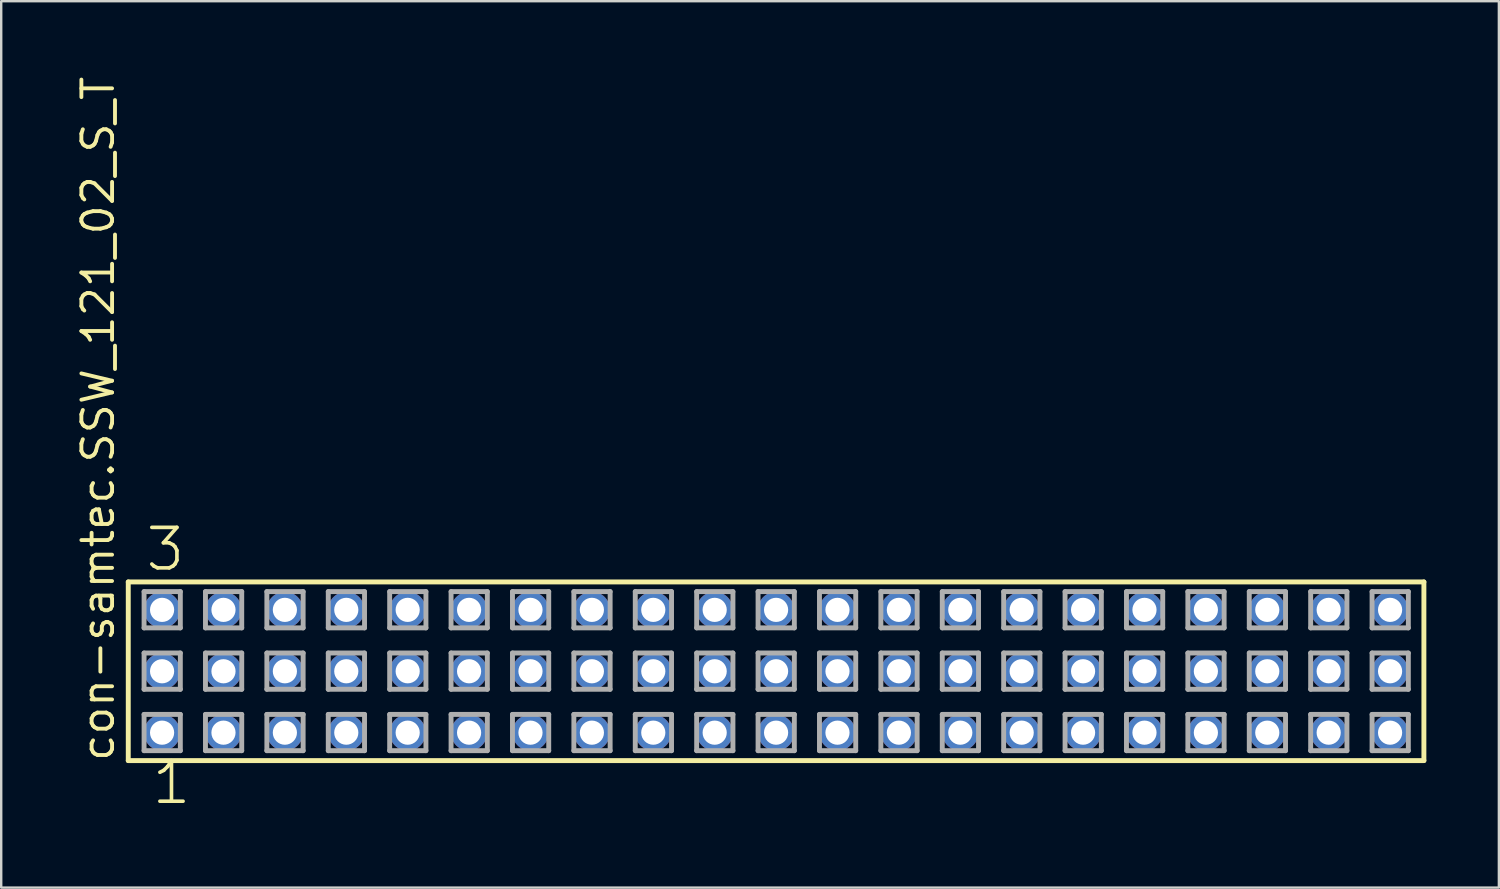
<source format=kicad_pcb>
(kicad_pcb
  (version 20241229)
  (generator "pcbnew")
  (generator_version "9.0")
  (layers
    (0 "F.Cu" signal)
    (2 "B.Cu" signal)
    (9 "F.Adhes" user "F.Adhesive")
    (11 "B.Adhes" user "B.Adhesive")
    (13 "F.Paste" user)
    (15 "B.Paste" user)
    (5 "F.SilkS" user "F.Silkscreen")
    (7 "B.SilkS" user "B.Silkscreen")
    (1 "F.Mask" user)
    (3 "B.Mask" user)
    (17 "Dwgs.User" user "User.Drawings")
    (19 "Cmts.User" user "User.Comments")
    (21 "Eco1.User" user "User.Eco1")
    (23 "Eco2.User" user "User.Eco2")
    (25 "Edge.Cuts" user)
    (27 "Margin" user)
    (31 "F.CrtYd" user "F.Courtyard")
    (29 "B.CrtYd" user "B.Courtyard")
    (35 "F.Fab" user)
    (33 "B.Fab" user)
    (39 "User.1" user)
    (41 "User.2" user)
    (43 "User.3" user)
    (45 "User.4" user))
  (footprint "con-samtec.SSW_121_02_S_T"
    (layer "F.Cu")
    (at 29.055 24.719)
    (property "Reference" "con-samtec.SSW_121_02_S_T" (at -27.305 3.81 90) (layer "F.SilkS") (effects (font (size 1.27 1.27) (thickness 0.16)) (justify left bottom)))
    (attr through_hole)
    (fp_line (start -26.799 -3.695) (end 26.799 -3.695) (stroke (width 0.203) (type default)) (layer "F.SilkS"))
    (fp_line (start -26.799 3.695) (end -26.799 -3.695) (stroke (width 0.203) (type default)) (layer "F.SilkS"))
    (fp_line (start 26.799 -3.695) (end 26.799 3.695) (stroke (width 0.203) (type default)) (layer "F.SilkS"))
    (fp_line (start 26.799 3.695) (end -26.799 3.695) (stroke (width 0.203) (type default)) (layer "F.SilkS"))
    (fp_line (start -26.145 -3.295) (end -24.645 -3.295) (stroke (width 0.203) (type default)) (layer "F.Fab"))
    (fp_line (start -26.145 -1.795) (end -26.145 -3.295) (stroke (width 0.203) (type default)) (layer "F.Fab"))
    (fp_line (start -26.145 -0.755) (end -24.645 -0.755) (stroke (width 0.203) (type default)) (layer "F.Fab"))
    (fp_line (start -26.145 0.745) (end -26.145 -0.755) (stroke (width 0.203) (type default)) (layer "F.Fab"))
    (fp_line (start -26.145 1.785) (end -24.645 1.785) (stroke (width 0.203) (type default)) (layer "F.Fab"))
    (fp_line (start -26.145 3.285) (end -26.145 1.785) (stroke (width 0.203) (type default)) (layer "F.Fab"))
    (fp_line (start -24.645 -3.295) (end -24.645 -1.795) (stroke (width 0.203) (type default)) (layer "F.Fab"))
    (fp_line (start -24.645 -1.795) (end -26.145 -1.795) (stroke (width 0.203) (type default)) (layer "F.Fab"))
    (fp_line (start -24.645 -0.755) (end -24.645 0.745) (stroke (width 0.203) (type default)) (layer "F.Fab"))
    (fp_line (start -24.645 0.745) (end -26.145 0.745) (stroke (width 0.203) (type default)) (layer "F.Fab"))
    (fp_line (start -24.645 1.785) (end -24.645 3.285) (stroke (width 0.203) (type default)) (layer "F.Fab"))
    (fp_line (start -24.645 3.285) (end -26.145 3.285) (stroke (width 0.203) (type default)) (layer "F.Fab"))
    (fp_line (start -23.605 -3.295) (end -22.105 -3.295) (stroke (width 0.203) (type default)) (layer "F.Fab"))
    (fp_line (start -23.605 -1.795) (end -23.605 -3.295) (stroke (width 0.203) (type default)) (layer "F.Fab"))
    (fp_line (start -23.605 -0.755) (end -22.105 -0.755) (stroke (width 0.203) (type default)) (layer "F.Fab"))
    (fp_line (start -23.605 0.745) (end -23.605 -0.755) (stroke (width 0.203) (type default)) (layer "F.Fab"))
    (fp_line (start -23.605 1.785) (end -22.105 1.785) (stroke (width 0.203) (type default)) (layer "F.Fab"))
    (fp_line (start -23.605 3.285) (end -23.605 1.785) (stroke (width 0.203) (type default)) (layer "F.Fab"))
    (fp_line (start -22.105 -3.295) (end -22.105 -1.795) (stroke (width 0.203) (type default)) (layer "F.Fab"))
    (fp_line (start -22.105 -1.795) (end -23.605 -1.795) (stroke (width 0.203) (type default)) (layer "F.Fab"))
    (fp_line (start -22.105 -0.755) (end -22.105 0.745) (stroke (width 0.203) (type default)) (layer "F.Fab"))
    (fp_line (start -22.105 0.745) (end -23.605 0.745) (stroke (width 0.203) (type default)) (layer "F.Fab"))
    (fp_line (start -22.105 1.785) (end -22.105 3.285) (stroke (width 0.203) (type default)) (layer "F.Fab"))
    (fp_line (start -22.105 3.285) (end -23.605 3.285) (stroke (width 0.203) (type default)) (layer "F.Fab"))
    (fp_line (start -21.065 -3.295) (end -19.565 -3.295) (stroke (width 0.203) (type default)) (layer "F.Fab"))
    (fp_line (start -21.065 -1.795) (end -21.065 -3.295) (stroke (width 0.203) (type default)) (layer "F.Fab"))
    (fp_line (start -21.065 -0.755) (end -19.565 -0.755) (stroke (width 0.203) (type default)) (layer "F.Fab"))
    (fp_line (start -21.065 0.745) (end -21.065 -0.755) (stroke (width 0.203) (type default)) (layer "F.Fab"))
    (fp_line (start -21.065 1.785) (end -19.565 1.785) (stroke (width 0.203) (type default)) (layer "F.Fab"))
    (fp_line (start -21.065 3.285) (end -21.065 1.785) (stroke (width 0.203) (type default)) (layer "F.Fab"))
    (fp_line (start -19.565 -3.295) (end -19.565 -1.795) (stroke (width 0.203) (type default)) (layer "F.Fab"))
    (fp_line (start -19.565 -1.795) (end -21.065 -1.795) (stroke (width 0.203) (type default)) (layer "F.Fab"))
    (fp_line (start -19.565 -0.755) (end -19.565 0.745) (stroke (width 0.203) (type default)) (layer "F.Fab"))
    (fp_line (start -19.565 0.745) (end -21.065 0.745) (stroke (width 0.203) (type default)) (layer "F.Fab"))
    (fp_line (start -19.565 1.785) (end -19.565 3.285) (stroke (width 0.203) (type default)) (layer "F.Fab"))
    (fp_line (start -19.565 3.285) (end -21.065 3.285) (stroke (width 0.203) (type default)) (layer "F.Fab"))
    (fp_line (start -18.525 -3.295) (end -17.025 -3.295) (stroke (width 0.203) (type default)) (layer "F.Fab"))
    (fp_line (start -18.525 -1.795) (end -18.525 -3.295) (stroke (width 0.203) (type default)) (layer "F.Fab"))
    (fp_line (start -18.525 -0.755) (end -17.025 -0.755) (stroke (width 0.203) (type default)) (layer "F.Fab"))
    (fp_line (start -18.525 0.745) (end -18.525 -0.755) (stroke (width 0.203) (type default)) (layer "F.Fab"))
    (fp_line (start -18.525 1.785) (end -17.025 1.785) (stroke (width 0.203) (type default)) (layer "F.Fab"))
    (fp_line (start -18.525 3.285) (end -18.525 1.785) (stroke (width 0.203) (type default)) (layer "F.Fab"))
    (fp_line (start -17.025 -3.295) (end -17.025 -1.795) (stroke (width 0.203) (type default)) (layer "F.Fab"))
    (fp_line (start -17.025 -1.795) (end -18.525 -1.795) (stroke (width 0.203) (type default)) (layer "F.Fab"))
    (fp_line (start -17.025 -0.755) (end -17.025 0.745) (stroke (width 0.203) (type default)) (layer "F.Fab"))
    (fp_line (start -17.025 0.745) (end -18.525 0.745) (stroke (width 0.203) (type default)) (layer "F.Fab"))
    (fp_line (start -17.025 1.785) (end -17.025 3.285) (stroke (width 0.203) (type default)) (layer "F.Fab"))
    (fp_line (start -17.025 3.285) (end -18.525 3.285) (stroke (width 0.203) (type default)) (layer "F.Fab"))
    (fp_line (start -15.985 -3.295) (end -14.485 -3.295) (stroke (width 0.203) (type default)) (layer "F.Fab"))
    (fp_line (start -15.985 -1.795) (end -15.985 -3.295) (stroke (width 0.203) (type default)) (layer "F.Fab"))
    (fp_line (start -15.985 -0.755) (end -14.485 -0.755) (stroke (width 0.203) (type default)) (layer "F.Fab"))
    (fp_line (start -15.985 0.745) (end -15.985 -0.755) (stroke (width 0.203) (type default)) (layer "F.Fab"))
    (fp_line (start -15.985 1.785) (end -14.485 1.785) (stroke (width 0.203) (type default)) (layer "F.Fab"))
    (fp_line (start -15.985 3.285) (end -15.985 1.785) (stroke (width 0.203) (type default)) (layer "F.Fab"))
    (fp_line (start -14.485 -3.295) (end -14.485 -1.795) (stroke (width 0.203) (type default)) (layer "F.Fab"))
    (fp_line (start -14.485 -1.795) (end -15.985 -1.795) (stroke (width 0.203) (type default)) (layer "F.Fab"))
    (fp_line (start -14.485 -0.755) (end -14.485 0.745) (stroke (width 0.203) (type default)) (layer "F.Fab"))
    (fp_line (start -14.485 0.745) (end -15.985 0.745) (stroke (width 0.203) (type default)) (layer "F.Fab"))
    (fp_line (start -14.485 1.785) (end -14.485 3.285) (stroke (width 0.203) (type default)) (layer "F.Fab"))
    (fp_line (start -14.485 3.285) (end -15.985 3.285) (stroke (width 0.203) (type default)) (layer "F.Fab"))
    (fp_line (start -13.445 -3.295) (end -11.945 -3.295) (stroke (width 0.203) (type default)) (layer "F.Fab"))
    (fp_line (start -13.445 -1.795) (end -13.445 -3.295) (stroke (width 0.203) (type default)) (layer "F.Fab"))
    (fp_line (start -13.445 -0.755) (end -11.945 -0.755) (stroke (width 0.203) (type default)) (layer "F.Fab"))
    (fp_line (start -13.445 0.745) (end -13.445 -0.755) (stroke (width 0.203) (type default)) (layer "F.Fab"))
    (fp_line (start -13.445 1.785) (end -11.945 1.785) (stroke (width 0.203) (type default)) (layer "F.Fab"))
    (fp_line (start -13.445 3.285) (end -13.445 1.785) (stroke (width 0.203) (type default)) (layer "F.Fab"))
    (fp_line (start -11.945 -3.295) (end -11.945 -1.795) (stroke (width 0.203) (type default)) (layer "F.Fab"))
    (fp_line (start -11.945 -1.795) (end -13.445 -1.795) (stroke (width 0.203) (type default)) (layer "F.Fab"))
    (fp_line (start -11.945 -0.755) (end -11.945 0.745) (stroke (width 0.203) (type default)) (layer "F.Fab"))
    (fp_line (start -11.945 0.745) (end -13.445 0.745) (stroke (width 0.203) (type default)) (layer "F.Fab"))
    (fp_line (start -11.945 1.785) (end -11.945 3.285) (stroke (width 0.203) (type default)) (layer "F.Fab"))
    (fp_line (start -11.945 3.285) (end -13.445 3.285) (stroke (width 0.203) (type default)) (layer "F.Fab"))
    (fp_line (start -10.905 -3.295) (end -9.405 -3.295) (stroke (width 0.203) (type default)) (layer "F.Fab"))
    (fp_line (start -10.905 -1.795) (end -10.905 -3.295) (stroke (width 0.203) (type default)) (layer "F.Fab"))
    (fp_line (start -10.905 -0.755) (end -9.405 -0.755) (stroke (width 0.203) (type default)) (layer "F.Fab"))
    (fp_line (start -10.905 0.745) (end -10.905 -0.755) (stroke (width 0.203) (type default)) (layer "F.Fab"))
    (fp_line (start -10.905 1.785) (end -9.405 1.785) (stroke (width 0.203) (type default)) (layer "F.Fab"))
    (fp_line (start -10.905 3.285) (end -10.905 1.785) (stroke (width 0.203) (type default)) (layer "F.Fab"))
    (fp_line (start -9.405 -3.295) (end -9.405 -1.795) (stroke (width 0.203) (type default)) (layer "F.Fab"))
    (fp_line (start -9.405 -1.795) (end -10.905 -1.795) (stroke (width 0.203) (type default)) (layer "F.Fab"))
    (fp_line (start -9.405 -0.755) (end -9.405 0.745) (stroke (width 0.203) (type default)) (layer "F.Fab"))
    (fp_line (start -9.405 0.745) (end -10.905 0.745) (stroke (width 0.203) (type default)) (layer "F.Fab"))
    (fp_line (start -9.405 1.785) (end -9.405 3.285) (stroke (width 0.203) (type default)) (layer "F.Fab"))
    (fp_line (start -9.405 3.285) (end -10.905 3.285) (stroke (width 0.203) (type default)) (layer "F.Fab"))
    (fp_line (start -8.365 -3.295) (end -6.865 -3.295) (stroke (width 0.203) (type default)) (layer "F.Fab"))
    (fp_line (start -8.365 -1.795) (end -8.365 -3.295) (stroke (width 0.203) (type default)) (layer "F.Fab"))
    (fp_line (start -8.365 -0.755) (end -6.865 -0.755) (stroke (width 0.203) (type default)) (layer "F.Fab"))
    (fp_line (start -8.365 0.745) (end -8.365 -0.755) (stroke (width 0.203) (type default)) (layer "F.Fab"))
    (fp_line (start -8.365 1.785) (end -6.865 1.785) (stroke (width 0.203) (type default)) (layer "F.Fab"))
    (fp_line (start -8.365 3.285) (end -8.365 1.785) (stroke (width 0.203) (type default)) (layer "F.Fab"))
    (fp_line (start -6.865 -3.295) (end -6.865 -1.795) (stroke (width 0.203) (type default)) (layer "F.Fab"))
    (fp_line (start -6.865 -1.795) (end -8.365 -1.795) (stroke (width 0.203) (type default)) (layer "F.Fab"))
    (fp_line (start -6.865 -0.755) (end -6.865 0.745) (stroke (width 0.203) (type default)) (layer "F.Fab"))
    (fp_line (start -6.865 0.745) (end -8.365 0.745) (stroke (width 0.203) (type default)) (layer "F.Fab"))
    (fp_line (start -6.865 1.785) (end -6.865 3.285) (stroke (width 0.203) (type default)) (layer "F.Fab"))
    (fp_line (start -6.865 3.285) (end -8.365 3.285) (stroke (width 0.203) (type default)) (layer "F.Fab"))
    (fp_line (start -5.825 -3.295) (end -4.325 -3.295) (stroke (width 0.203) (type default)) (layer "F.Fab"))
    (fp_line (start -5.825 -1.795) (end -5.825 -3.295) (stroke (width 0.203) (type default)) (layer "F.Fab"))
    (fp_line (start -5.825 -0.755) (end -4.325 -0.755) (stroke (width 0.203) (type default)) (layer "F.Fab"))
    (fp_line (start -5.825 0.745) (end -5.825 -0.755) (stroke (width 0.203) (type default)) (layer "F.Fab"))
    (fp_line (start -5.825 1.785) (end -4.325 1.785) (stroke (width 0.203) (type default)) (layer "F.Fab"))
    (fp_line (start -5.825 3.285) (end -5.825 1.785) (stroke (width 0.203) (type default)) (layer "F.Fab"))
    (fp_line (start -4.325 -3.295) (end -4.325 -1.795) (stroke (width 0.203) (type default)) (layer "F.Fab"))
    (fp_line (start -4.325 -1.795) (end -5.825 -1.795) (stroke (width 0.203) (type default)) (layer "F.Fab"))
    (fp_line (start -4.325 -0.755) (end -4.325 0.745) (stroke (width 0.203) (type default)) (layer "F.Fab"))
    (fp_line (start -4.325 0.745) (end -5.825 0.745) (stroke (width 0.203) (type default)) (layer "F.Fab"))
    (fp_line (start -4.325 1.785) (end -4.325 3.285) (stroke (width 0.203) (type default)) (layer "F.Fab"))
    (fp_line (start -4.325 3.285) (end -5.825 3.285) (stroke (width 0.203) (type default)) (layer "F.Fab"))
    (fp_line (start -3.285 -3.295) (end -1.785 -3.295) (stroke (width 0.203) (type default)) (layer "F.Fab"))
    (fp_line (start -3.285 -1.795) (end -3.285 -3.295) (stroke (width 0.203) (type default)) (layer "F.Fab"))
    (fp_line (start -3.285 -0.755) (end -1.785 -0.755) (stroke (width 0.203) (type default)) (layer "F.Fab"))
    (fp_line (start -3.285 0.745) (end -3.285 -0.755) (stroke (width 0.203) (type default)) (layer "F.Fab"))
    (fp_line (start -3.285 1.785) (end -1.785 1.785) (stroke (width 0.203) (type default)) (layer "F.Fab"))
    (fp_line (start -3.285 3.285) (end -3.285 1.785) (stroke (width 0.203) (type default)) (layer "F.Fab"))
    (fp_line (start -1.785 -3.295) (end -1.785 -1.795) (stroke (width 0.203) (type default)) (layer "F.Fab"))
    (fp_line (start -1.785 -1.795) (end -3.285 -1.795) (stroke (width 0.203) (type default)) (layer "F.Fab"))
    (fp_line (start -1.785 -0.755) (end -1.785 0.745) (stroke (width 0.203) (type default)) (layer "F.Fab"))
    (fp_line (start -1.785 0.745) (end -3.285 0.745) (stroke (width 0.203) (type default)) (layer "F.Fab"))
    (fp_line (start -1.785 1.785) (end -1.785 3.285) (stroke (width 0.203) (type default)) (layer "F.Fab"))
    (fp_line (start -1.785 3.285) (end -3.285 3.285) (stroke (width 0.203) (type default)) (layer "F.Fab"))
    (fp_line (start -0.745 -3.295) (end 0.755 -3.295) (stroke (width 0.203) (type default)) (layer "F.Fab"))
    (fp_line (start -0.745 -1.795) (end -0.745 -3.295) (stroke (width 0.203) (type default)) (layer "F.Fab"))
    (fp_line (start -0.745 -0.755) (end 0.755 -0.755) (stroke (width 0.203) (type default)) (layer "F.Fab"))
    (fp_line (start -0.745 0.745) (end -0.745 -0.755) (stroke (width 0.203) (type default)) (layer "F.Fab"))
    (fp_line (start -0.745 1.785) (end 0.755 1.785) (stroke (width 0.203) (type default)) (layer "F.Fab"))
    (fp_line (start -0.745 3.285) (end -0.745 1.785) (stroke (width 0.203) (type default)) (layer "F.Fab"))
    (fp_line (start 0.755 -3.295) (end 0.755 -1.795) (stroke (width 0.203) (type default)) (layer "F.Fab"))
    (fp_line (start 0.755 -1.795) (end -0.745 -1.795) (stroke (width 0.203) (type default)) (layer "F.Fab"))
    (fp_line (start 0.755 -0.755) (end 0.755 0.745) (stroke (width 0.203) (type default)) (layer "F.Fab"))
    (fp_line (start 0.755 0.745) (end -0.745 0.745) (stroke (width 0.203) (type default)) (layer "F.Fab"))
    (fp_line (start 0.755 1.785) (end 0.755 3.285) (stroke (width 0.203) (type default)) (layer "F.Fab"))
    (fp_line (start 0.755 3.285) (end -0.745 3.285) (stroke (width 0.203) (type default)) (layer "F.Fab"))
    (fp_line (start 1.795 -3.295) (end 3.295 -3.295) (stroke (width 0.203) (type default)) (layer "F.Fab"))
    (fp_line (start 1.795 -1.795) (end 1.795 -3.295) (stroke (width 0.203) (type default)) (layer "F.Fab"))
    (fp_line (start 1.795 -0.755) (end 3.295 -0.755) (stroke (width 0.203) (type default)) (layer "F.Fab"))
    (fp_line (start 1.795 0.745) (end 1.795 -0.755) (stroke (width 0.203) (type default)) (layer "F.Fab"))
    (fp_line (start 1.795 1.785) (end 3.295 1.785) (stroke (width 0.203) (type default)) (layer "F.Fab"))
    (fp_line (start 1.795 3.285) (end 1.795 1.785) (stroke (width 0.203) (type default)) (layer "F.Fab"))
    (fp_line (start 3.295 -3.295) (end 3.295 -1.795) (stroke (width 0.203) (type default)) (layer "F.Fab"))
    (fp_line (start 3.295 -1.795) (end 1.795 -1.795) (stroke (width 0.203) (type default)) (layer "F.Fab"))
    (fp_line (start 3.295 -0.755) (end 3.295 0.745) (stroke (width 0.203) (type default)) (layer "F.Fab"))
    (fp_line (start 3.295 0.745) (end 1.795 0.745) (stroke (width 0.203) (type default)) (layer "F.Fab"))
    (fp_line (start 3.295 1.785) (end 3.295 3.285) (stroke (width 0.203) (type default)) (layer "F.Fab"))
    (fp_line (start 3.295 3.285) (end 1.795 3.285) (stroke (width 0.203) (type default)) (layer "F.Fab"))
    (fp_line (start 4.335 -3.295) (end 5.835 -3.295) (stroke (width 0.203) (type default)) (layer "F.Fab"))
    (fp_line (start 4.335 -1.795) (end 4.335 -3.295) (stroke (width 0.203) (type default)) (layer "F.Fab"))
    (fp_line (start 4.335 -0.755) (end 5.835 -0.755) (stroke (width 0.203) (type default)) (layer "F.Fab"))
    (fp_line (start 4.335 0.745) (end 4.335 -0.755) (stroke (width 0.203) (type default)) (layer "F.Fab"))
    (fp_line (start 4.335 1.785) (end 5.835 1.785) (stroke (width 0.203) (type default)) (layer "F.Fab"))
    (fp_line (start 4.335 3.285) (end 4.335 1.785) (stroke (width 0.203) (type default)) (layer "F.Fab"))
    (fp_line (start 5.835 -3.295) (end 5.835 -1.795) (stroke (width 0.203) (type default)) (layer "F.Fab"))
    (fp_line (start 5.835 -1.795) (end 4.335 -1.795) (stroke (width 0.203) (type default)) (layer "F.Fab"))
    (fp_line (start 5.835 -0.755) (end 5.835 0.745) (stroke (width 0.203) (type default)) (layer "F.Fab"))
    (fp_line (start 5.835 0.745) (end 4.335 0.745) (stroke (width 0.203) (type default)) (layer "F.Fab"))
    (fp_line (start 5.835 1.785) (end 5.835 3.285) (stroke (width 0.203) (type default)) (layer "F.Fab"))
    (fp_line (start 5.835 3.285) (end 4.335 3.285) (stroke (width 0.203) (type default)) (layer "F.Fab"))
    (fp_line (start 6.875 -3.295) (end 8.375 -3.295) (stroke (width 0.203) (type default)) (layer "F.Fab"))
    (fp_line (start 6.875 -1.795) (end 6.875 -3.295) (stroke (width 0.203) (type default)) (layer "F.Fab"))
    (fp_line (start 6.875 -0.755) (end 8.375 -0.755) (stroke (width 0.203) (type default)) (layer "F.Fab"))
    (fp_line (start 6.875 0.745) (end 6.875 -0.755) (stroke (width 0.203) (type default)) (layer "F.Fab"))
    (fp_line (start 6.875 1.785) (end 8.375 1.785) (stroke (width 0.203) (type default)) (layer "F.Fab"))
    (fp_line (start 6.875 3.285) (end 6.875 1.785) (stroke (width 0.203) (type default)) (layer "F.Fab"))
    (fp_line (start 8.375 -3.295) (end 8.375 -1.795) (stroke (width 0.203) (type default)) (layer "F.Fab"))
    (fp_line (start 8.375 -1.795) (end 6.875 -1.795) (stroke (width 0.203) (type default)) (layer "F.Fab"))
    (fp_line (start 8.375 -0.755) (end 8.375 0.745) (stroke (width 0.203) (type default)) (layer "F.Fab"))
    (fp_line (start 8.375 0.745) (end 6.875 0.745) (stroke (width 0.203) (type default)) (layer "F.Fab"))
    (fp_line (start 8.375 1.785) (end 8.375 3.285) (stroke (width 0.203) (type default)) (layer "F.Fab"))
    (fp_line (start 8.375 3.285) (end 6.875 3.285) (stroke (width 0.203) (type default)) (layer "F.Fab"))
    (fp_line (start 9.415 -3.295) (end 10.915 -3.295) (stroke (width 0.203) (type default)) (layer "F.Fab"))
    (fp_line (start 9.415 -1.795) (end 9.415 -3.295) (stroke (width 0.203) (type default)) (layer "F.Fab"))
    (fp_line (start 9.415 -0.755) (end 10.915 -0.755) (stroke (width 0.203) (type default)) (layer "F.Fab"))
    (fp_line (start 9.415 0.745) (end 9.415 -0.755) (stroke (width 0.203) (type default)) (layer "F.Fab"))
    (fp_line (start 9.415 1.785) (end 10.915 1.785) (stroke (width 0.203) (type default)) (layer "F.Fab"))
    (fp_line (start 9.415 3.285) (end 9.415 1.785) (stroke (width 0.203) (type default)) (layer "F.Fab"))
    (fp_line (start 10.915 -3.295) (end 10.915 -1.795) (stroke (width 0.203) (type default)) (layer "F.Fab"))
    (fp_line (start 10.915 -1.795) (end 9.415 -1.795) (stroke (width 0.203) (type default)) (layer "F.Fab"))
    (fp_line (start 10.915 -0.755) (end 10.915 0.745) (stroke (width 0.203) (type default)) (layer "F.Fab"))
    (fp_line (start 10.915 0.745) (end 9.415 0.745) (stroke (width 0.203) (type default)) (layer "F.Fab"))
    (fp_line (start 10.915 1.785) (end 10.915 3.285) (stroke (width 0.203) (type default)) (layer "F.Fab"))
    (fp_line (start 10.915 3.285) (end 9.415 3.285) (stroke (width 0.203) (type default)) (layer "F.Fab"))
    (fp_line (start 11.955 -3.295) (end 13.455 -3.295) (stroke (width 0.203) (type default)) (layer "F.Fab"))
    (fp_line (start 11.955 -1.795) (end 11.955 -3.295) (stroke (width 0.203) (type default)) (layer "F.Fab"))
    (fp_line (start 11.955 -0.755) (end 13.455 -0.755) (stroke (width 0.203) (type default)) (layer "F.Fab"))
    (fp_line (start 11.955 0.745) (end 11.955 -0.755) (stroke (width 0.203) (type default)) (layer "F.Fab"))
    (fp_line (start 11.955 1.785) (end 13.455 1.785) (stroke (width 0.203) (type default)) (layer "F.Fab"))
    (fp_line (start 11.955 3.285) (end 11.955 1.785) (stroke (width 0.203) (type default)) (layer "F.Fab"))
    (fp_line (start 13.455 -3.295) (end 13.455 -1.795) (stroke (width 0.203) (type default)) (layer "F.Fab"))
    (fp_line (start 13.455 -1.795) (end 11.955 -1.795) (stroke (width 0.203) (type default)) (layer "F.Fab"))
    (fp_line (start 13.455 -0.755) (end 13.455 0.745) (stroke (width 0.203) (type default)) (layer "F.Fab"))
    (fp_line (start 13.455 0.745) (end 11.955 0.745) (stroke (width 0.203) (type default)) (layer "F.Fab"))
    (fp_line (start 13.455 1.785) (end 13.455 3.285) (stroke (width 0.203) (type default)) (layer "F.Fab"))
    (fp_line (start 13.455 3.285) (end 11.955 3.285) (stroke (width 0.203) (type default)) (layer "F.Fab"))
    (fp_line (start 14.495 -3.295) (end 15.995 -3.295) (stroke (width 0.203) (type default)) (layer "F.Fab"))
    (fp_line (start 14.495 -1.795) (end 14.495 -3.295) (stroke (width 0.203) (type default)) (layer "F.Fab"))
    (fp_line (start 14.495 -0.755) (end 15.995 -0.755) (stroke (width 0.203) (type default)) (layer "F.Fab"))
    (fp_line (start 14.495 0.745) (end 14.495 -0.755) (stroke (width 0.203) (type default)) (layer "F.Fab"))
    (fp_line (start 14.495 1.785) (end 15.995 1.785) (stroke (width 0.203) (type default)) (layer "F.Fab"))
    (fp_line (start 14.495 3.285) (end 14.495 1.785) (stroke (width 0.203) (type default)) (layer "F.Fab"))
    (fp_line (start 15.995 -3.295) (end 15.995 -1.795) (stroke (width 0.203) (type default)) (layer "F.Fab"))
    (fp_line (start 15.995 -1.795) (end 14.495 -1.795) (stroke (width 0.203) (type default)) (layer "F.Fab"))
    (fp_line (start 15.995 -0.755) (end 15.995 0.745) (stroke (width 0.203) (type default)) (layer "F.Fab"))
    (fp_line (start 15.995 0.745) (end 14.495 0.745) (stroke (width 0.203) (type default)) (layer "F.Fab"))
    (fp_line (start 15.995 1.785) (end 15.995 3.285) (stroke (width 0.203) (type default)) (layer "F.Fab"))
    (fp_line (start 15.995 3.285) (end 14.495 3.285) (stroke (width 0.203) (type default)) (layer "F.Fab"))
    (fp_line (start 17.035 -3.295) (end 18.535 -3.295) (stroke (width 0.203) (type default)) (layer "F.Fab"))
    (fp_line (start 17.035 -1.795) (end 17.035 -3.295) (stroke (width 0.203) (type default)) (layer "F.Fab"))
    (fp_line (start 17.035 -0.755) (end 18.535 -0.755) (stroke (width 0.203) (type default)) (layer "F.Fab"))
    (fp_line (start 17.035 0.745) (end 17.035 -0.755) (stroke (width 0.203) (type default)) (layer "F.Fab"))
    (fp_line (start 17.035 1.785) (end 18.535 1.785) (stroke (width 0.203) (type default)) (layer "F.Fab"))
    (fp_line (start 17.035 3.285) (end 17.035 1.785) (stroke (width 0.203) (type default)) (layer "F.Fab"))
    (fp_line (start 18.535 -3.295) (end 18.535 -1.795) (stroke (width 0.203) (type default)) (layer "F.Fab"))
    (fp_line (start 18.535 -1.795) (end 17.035 -1.795) (stroke (width 0.203) (type default)) (layer "F.Fab"))
    (fp_line (start 18.535 -0.755) (end 18.535 0.745) (stroke (width 0.203) (type default)) (layer "F.Fab"))
    (fp_line (start 18.535 0.745) (end 17.035 0.745) (stroke (width 0.203) (type default)) (layer "F.Fab"))
    (fp_line (start 18.535 1.785) (end 18.535 3.285) (stroke (width 0.203) (type default)) (layer "F.Fab"))
    (fp_line (start 18.535 3.285) (end 17.035 3.285) (stroke (width 0.203) (type default)) (layer "F.Fab"))
    (fp_line (start 19.575 -3.295) (end 21.075 -3.295) (stroke (width 0.203) (type default)) (layer "F.Fab"))
    (fp_line (start 19.575 -1.795) (end 19.575 -3.295) (stroke (width 0.203) (type default)) (layer "F.Fab"))
    (fp_line (start 19.575 -0.755) (end 21.075 -0.755) (stroke (width 0.203) (type default)) (layer "F.Fab"))
    (fp_line (start 19.575 0.745) (end 19.575 -0.755) (stroke (width 0.203) (type default)) (layer "F.Fab"))
    (fp_line (start 19.575 1.785) (end 21.075 1.785) (stroke (width 0.203) (type default)) (layer "F.Fab"))
    (fp_line (start 19.575 3.285) (end 19.575 1.785) (stroke (width 0.203) (type default)) (layer "F.Fab"))
    (fp_line (start 21.075 -3.295) (end 21.075 -1.795) (stroke (width 0.203) (type default)) (layer "F.Fab"))
    (fp_line (start 21.075 -1.795) (end 19.575 -1.795) (stroke (width 0.203) (type default)) (layer "F.Fab"))
    (fp_line (start 21.075 -0.755) (end 21.075 0.745) (stroke (width 0.203) (type default)) (layer "F.Fab"))
    (fp_line (start 21.075 0.745) (end 19.575 0.745) (stroke (width 0.203) (type default)) (layer "F.Fab"))
    (fp_line (start 21.075 1.785) (end 21.075 3.285) (stroke (width 0.203) (type default)) (layer "F.Fab"))
    (fp_line (start 21.075 3.285) (end 19.575 3.285) (stroke (width 0.203) (type default)) (layer "F.Fab"))
    (fp_line (start 22.115 -3.295) (end 23.615 -3.295) (stroke (width 0.203) (type default)) (layer "F.Fab"))
    (fp_line (start 22.115 -1.795) (end 22.115 -3.295) (stroke (width 0.203) (type default)) (layer "F.Fab"))
    (fp_line (start 22.115 -0.755) (end 23.615 -0.755) (stroke (width 0.203) (type default)) (layer "F.Fab"))
    (fp_line (start 22.115 0.745) (end 22.115 -0.755) (stroke (width 0.203) (type default)) (layer "F.Fab"))
    (fp_line (start 22.115 1.785) (end 23.615 1.785) (stroke (width 0.203) (type default)) (layer "F.Fab"))
    (fp_line (start 22.115 3.285) (end 22.115 1.785) (stroke (width 0.203) (type default)) (layer "F.Fab"))
    (fp_line (start 23.615 -3.295) (end 23.615 -1.795) (stroke (width 0.203) (type default)) (layer "F.Fab"))
    (fp_line (start 23.615 -1.795) (end 22.115 -1.795) (stroke (width 0.203) (type default)) (layer "F.Fab"))
    (fp_line (start 23.615 -0.755) (end 23.615 0.745) (stroke (width 0.203) (type default)) (layer "F.Fab"))
    (fp_line (start 23.615 0.745) (end 22.115 0.745) (stroke (width 0.203) (type default)) (layer "F.Fab"))
    (fp_line (start 23.615 1.785) (end 23.615 3.285) (stroke (width 0.203) (type default)) (layer "F.Fab"))
    (fp_line (start 23.615 3.285) (end 22.115 3.285) (stroke (width 0.203) (type default)) (layer "F.Fab"))
    (fp_line (start 24.655 -3.295) (end 26.155 -3.295) (stroke (width 0.203) (type default)) (layer "F.Fab"))
    (fp_line (start 24.655 -1.795) (end 24.655 -3.295) (stroke (width 0.203) (type default)) (layer "F.Fab"))
    (fp_line (start 24.655 -0.755) (end 26.155 -0.755) (stroke (width 0.203) (type default)) (layer "F.Fab"))
    (fp_line (start 24.655 0.745) (end 24.655 -0.755) (stroke (width 0.203) (type default)) (layer "F.Fab"))
    (fp_line (start 24.655 1.785) (end 26.155 1.785) (stroke (width 0.203) (type default)) (layer "F.Fab"))
    (fp_line (start 24.655 3.285) (end 24.655 1.785) (stroke (width 0.203) (type default)) (layer "F.Fab"))
    (fp_line (start 26.155 -3.295) (end 26.155 -1.795) (stroke (width 0.203) (type default)) (layer "F.Fab"))
    (fp_line (start 26.155 -1.795) (end 24.655 -1.795) (stroke (width 0.203) (type default)) (layer "F.Fab"))
    (fp_line (start 26.155 -0.755) (end 26.155 0.745) (stroke (width 0.203) (type default)) (layer "F.Fab"))
    (fp_line (start 26.155 0.745) (end 24.655 0.745) (stroke (width 0.203) (type default)) (layer "F.Fab"))
    (fp_line (start 26.155 1.785) (end 26.155 3.285) (stroke (width 0.203) (type default)) (layer "F.Fab"))
    (fp_line (start 26.155 3.285) (end 24.655 3.285) (stroke (width 0.203) (type default)) (layer "F.Fab"))
    (fp_text user "1" (at -25.908 5.588 0) (layer "F.SilkS") (effects (font (size 1.676 1.676) (thickness 0.15)) (justify left bottom)))
    (fp_text user "3" (at -26.162 -4.064 0) (layer "F.SilkS") (effects (font (size 1.676 1.676) (thickness 0.15)) (justify left bottom)))
    (pad "1" thru_hole circle (at -25.4 2.54) (size 1.5 1.5) (drill 1) (layers "*.Cu" "*.Mask"))
    (pad "2" thru_hole circle (at -25.4 0) (size 1.5 1.5) (drill 1) (layers "*.Cu" "*.Mask"))
    (pad "3" thru_hole circle (at -25.4 -2.54) (size 1.5 1.5) (drill 1) (layers "*.Cu" "*.Mask"))
    (pad "4" thru_hole circle (at -22.86 2.54) (size 1.5 1.5) (drill 1) (layers "*.Cu" "*.Mask"))
    (pad "5" thru_hole circle (at -22.86 0) (size 1.5 1.5) (drill 1) (layers "*.Cu" "*.Mask"))
    (pad "6" thru_hole circle (at -22.86 -2.54) (size 1.5 1.5) (drill 1) (layers "*.Cu" "*.Mask"))
    (pad "7" thru_hole circle (at -20.32 2.54) (size 1.5 1.5) (drill 1) (layers "*.Cu" "*.Mask"))
    (pad "8" thru_hole circle (at -20.32 0) (size 1.5 1.5) (drill 1) (layers "*.Cu" "*.Mask"))
    (pad "9" thru_hole circle (at -20.32 -2.54) (size 1.5 1.5) (drill 1) (layers "*.Cu" "*.Mask"))
    (pad "10" thru_hole circle (at -17.78 2.54) (size 1.5 1.5) (drill 1) (layers "*.Cu" "*.Mask"))
    (pad "11" thru_hole circle (at -17.78 0) (size 1.5 1.5) (drill 1) (layers "*.Cu" "*.Mask"))
    (pad "12" thru_hole circle (at -17.78 -2.54) (size 1.5 1.5) (drill 1) (layers "*.Cu" "*.Mask"))
    (pad "13" thru_hole circle (at -15.24 2.54) (size 1.5 1.5) (drill 1) (layers "*.Cu" "*.Mask"))
    (pad "14" thru_hole circle (at -15.24 0) (size 1.5 1.5) (drill 1) (layers "*.Cu" "*.Mask"))
    (pad "15" thru_hole circle (at -15.24 -2.54) (size 1.5 1.5) (drill 1) (layers "*.Cu" "*.Mask"))
    (pad "16" thru_hole circle (at -12.7 2.54) (size 1.5 1.5) (drill 1) (layers "*.Cu" "*.Mask"))
    (pad "17" thru_hole circle (at -12.7 0) (size 1.5 1.5) (drill 1) (layers "*.Cu" "*.Mask"))
    (pad "18" thru_hole circle (at -12.7 -2.54) (size 1.5 1.5) (drill 1) (layers "*.Cu" "*.Mask"))
    (pad "19" thru_hole circle (at -10.16 2.54) (size 1.5 1.5) (drill 1) (layers "*.Cu" "*.Mask"))
    (pad "20" thru_hole circle (at -10.16 0) (size 1.5 1.5) (drill 1) (layers "*.Cu" "*.Mask"))
    (pad "21" thru_hole circle (at -10.16 -2.54) (size 1.5 1.5) (drill 1) (layers "*.Cu" "*.Mask"))
    (pad "22" thru_hole circle (at -7.62 2.54) (size 1.5 1.5) (drill 1) (layers "*.Cu" "*.Mask"))
    (pad "23" thru_hole circle (at -7.62 0) (size 1.5 1.5) (drill 1) (layers "*.Cu" "*.Mask"))
    (pad "24" thru_hole circle (at -7.62 -2.54) (size 1.5 1.5) (drill 1) (layers "*.Cu" "*.Mask"))
    (pad "25" thru_hole circle (at -5.08 2.54) (size 1.5 1.5) (drill 1) (layers "*.Cu" "*.Mask"))
    (pad "26" thru_hole circle (at -5.08 0) (size 1.5 1.5) (drill 1) (layers "*.Cu" "*.Mask"))
    (pad "27" thru_hole circle (at -5.08 -2.54) (size 1.5 1.5) (drill 1) (layers "*.Cu" "*.Mask"))
    (pad "28" thru_hole circle (at -2.54 2.54) (size 1.5 1.5) (drill 1) (layers "*.Cu" "*.Mask"))
    (pad "29" thru_hole circle (at -2.54 0) (size 1.5 1.5) (drill 1) (layers "*.Cu" "*.Mask"))
    (pad "30" thru_hole circle (at -2.54 -2.54) (size 1.5 1.5) (drill 1) (layers "*.Cu" "*.Mask"))
    (pad "31" thru_hole circle (at 0 2.54) (size 1.5 1.5) (drill 1) (layers "*.Cu" "*.Mask"))
    (pad "32" thru_hole circle (at 0 0) (size 1.5 1.5) (drill 1) (layers "*.Cu" "*.Mask"))
    (pad "33" thru_hole circle (at 0 -2.54) (size 1.5 1.5) (drill 1) (layers "*.Cu" "*.Mask"))
    (pad "34" thru_hole circle (at 2.54 2.54) (size 1.5 1.5) (drill 1) (layers "*.Cu" "*.Mask"))
    (pad "35" thru_hole circle (at 2.54 0) (size 1.5 1.5) (drill 1) (layers "*.Cu" "*.Mask"))
    (pad "36" thru_hole circle (at 2.54 -2.54) (size 1.5 1.5) (drill 1) (layers "*.Cu" "*.Mask"))
    (pad "37" thru_hole circle (at 5.08 2.54) (size 1.5 1.5) (drill 1) (layers "*.Cu" "*.Mask"))
    (pad "38" thru_hole circle (at 5.08 0) (size 1.5 1.5) (drill 1) (layers "*.Cu" "*.Mask"))
    (pad "39" thru_hole circle (at 5.08 -2.54) (size 1.5 1.5) (drill 1) (layers "*.Cu" "*.Mask"))
    (pad "40" thru_hole circle (at 7.62 2.54) (size 1.5 1.5) (drill 1) (layers "*.Cu" "*.Mask"))
    (pad "41" thru_hole circle (at 7.62 0) (size 1.5 1.5) (drill 1) (layers "*.Cu" "*.Mask"))
    (pad "42" thru_hole circle (at 7.62 -2.54) (size 1.5 1.5) (drill 1) (layers "*.Cu" "*.Mask"))
    (pad "43" thru_hole circle (at 10.16 2.54) (size 1.5 1.5) (drill 1) (layers "*.Cu" "*.Mask"))
    (pad "44" thru_hole circle (at 10.16 0) (size 1.5 1.5) (drill 1) (layers "*.Cu" "*.Mask"))
    (pad "45" thru_hole circle (at 10.16 -2.54) (size 1.5 1.5) (drill 1) (layers "*.Cu" "*.Mask"))
    (pad "46" thru_hole circle (at 12.7 2.54) (size 1.5 1.5) (drill 1) (layers "*.Cu" "*.Mask"))
    (pad "47" thru_hole circle (at 12.7 0) (size 1.5 1.5) (drill 1) (layers "*.Cu" "*.Mask"))
    (pad "48" thru_hole circle (at 12.7 -2.54) (size 1.5 1.5) (drill 1) (layers "*.Cu" "*.Mask"))
    (pad "49" thru_hole circle (at 15.24 2.54) (size 1.5 1.5) (drill 1) (layers "*.Cu" "*.Mask"))
    (pad "50" thru_hole circle (at 15.24 0) (size 1.5 1.5) (drill 1) (layers "*.Cu" "*.Mask"))
    (pad "51" thru_hole circle (at 15.24 -2.54) (size 1.5 1.5) (drill 1) (layers "*.Cu" "*.Mask"))
    (pad "52" thru_hole circle (at 17.78 2.54) (size 1.5 1.5) (drill 1) (layers "*.Cu" "*.Mask"))
    (pad "53" thru_hole circle (at 17.78 0) (size 1.5 1.5) (drill 1) (layers "*.Cu" "*.Mask"))
    (pad "54" thru_hole circle (at 17.78 -2.54) (size 1.5 1.5) (drill 1) (layers "*.Cu" "*.Mask"))
    (pad "55" thru_hole circle (at 20.32 2.54) (size 1.5 1.5) (drill 1) (layers "*.Cu" "*.Mask"))
    (pad "56" thru_hole circle (at 20.32 0) (size 1.5 1.5) (drill 1) (layers "*.Cu" "*.Mask"))
    (pad "57" thru_hole circle (at 20.32 -2.54) (size 1.5 1.5) (drill 1) (layers "*.Cu" "*.Mask"))
    (pad "58" thru_hole circle (at 22.86 2.54) (size 1.5 1.5) (drill 1) (layers "*.Cu" "*.Mask"))
    (pad "59" thru_hole circle (at 22.86 0) (size 1.5 1.5) (drill 1) (layers "*.Cu" "*.Mask"))
    (pad "60" thru_hole circle (at 22.86 -2.54) (size 1.5 1.5) (drill 1) (layers "*.Cu" "*.Mask"))
    (pad "61" thru_hole circle (at 25.4 2.54) (size 1.5 1.5) (drill 1) (layers "*.Cu" "*.Mask"))
    (pad "62" thru_hole circle (at 25.4 0) (size 1.5 1.5) (drill 1) (layers "*.Cu" "*.Mask"))
    (pad "63" thru_hole circle (at 25.4 -2.54) (size 1.5 1.5) (drill 1) (layers "*.Cu" "*.Mask")))
  (gr_rect
    (start -3 -3)
    (end 58.956 33.668)
    (stroke (width 0.1) (type default))
    (fill no)
    (layer "Edge.Cuts")))
</source>
